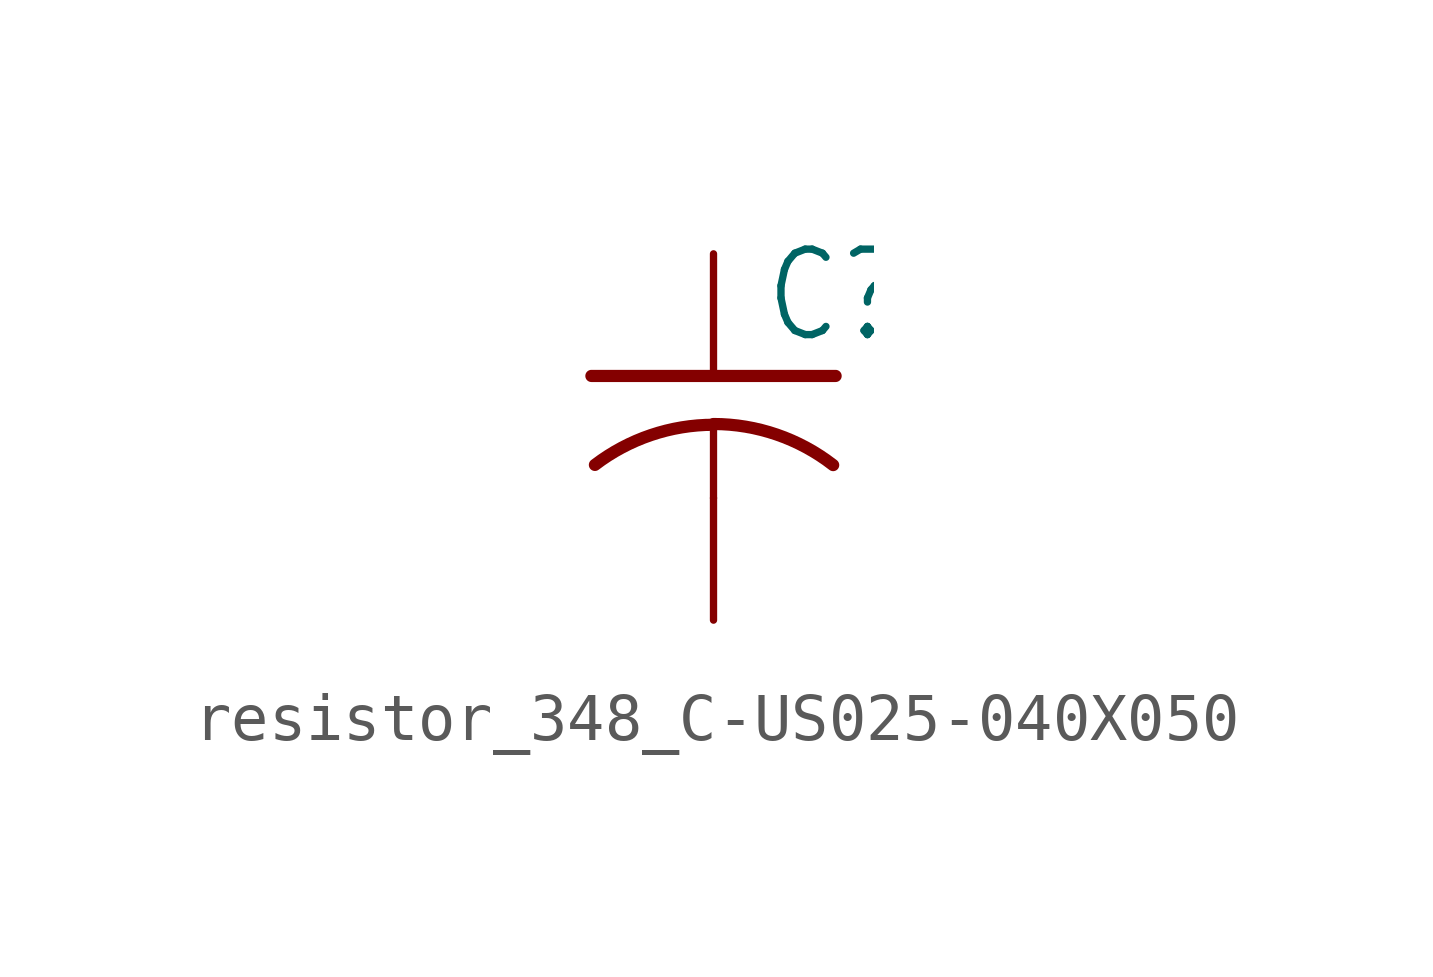
<source format=kicad_sym>
(kicad_symbol_lib
  (version 20241209)
  (generator "kicad_symbol_editor")
  (generator_version "9.0")
  (symbol "resistor_348_C-US025-040X050"
    (property "Reference" "C"
      (at 1.016 0.635 0)
      (effects (font (size 1.778 1.511)) (justify left bottom)))
    (property "Value" ""
      (at 1.016 -4.191 0)
      (effects (font (size 1.778 1.511)) (justify left bottom)))
    (property "ki_locked" ""
      (at 0 0 0)
      (effects (font (size 1.27 1.27))))
    (symbol "resistor_348_C-US025-040X050_1_0"
      (polyline (pts (xy -2.54 0) (xy 2.54 0)) (stroke (width 0.254) (type solid)) (fill (type none)))
      (polyline (pts (xy 0 -1.016) (xy 0 -2.54)) (stroke (width 0.152) (type solid)) (fill (type none)))
      (arc (start 0 -1) (mid 1.3158 -1.2195) (end 2.4892 -1.8541) (stroke (width 0.254) (type solid)) (fill (type none)))
      (arc (start -2.4668 -1.8504) (mid -1.302 -1.2303) (end 0 -1.0161) (stroke (width 0.254) (type solid)) (fill (type none)))
      (pin passive line (at 0 2.54 270) (length 2.54) (name "1" (effects (font (size 0 0)))) (number "1" (effects (font (size 0 0)))))
      (pin passive line (at 0 -5.08 90) (length 2.54) (name "2" (effects (font (size 0 0)))) (number "2" (effects (font (size 0 0))))))))
</source>
